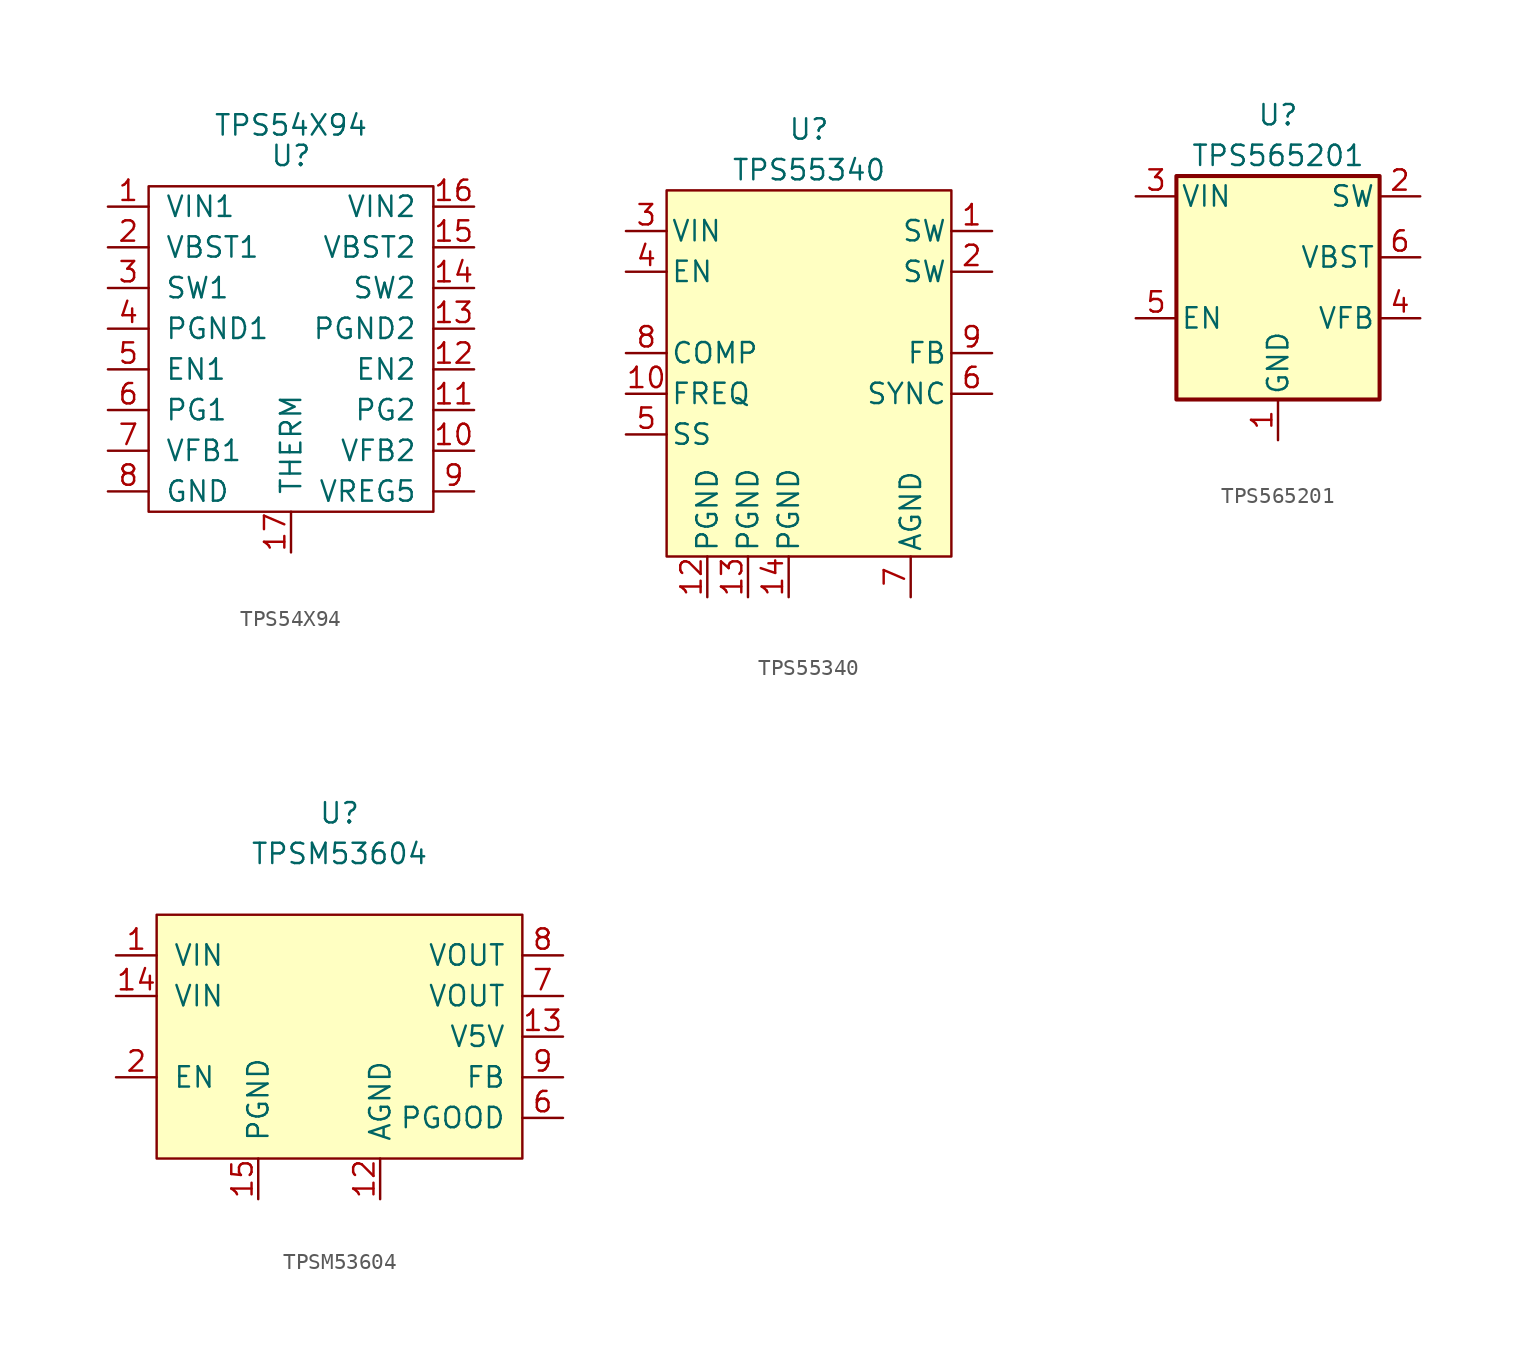
<source format=kicad_sym>
(kicad_symbol_lib
  (version 20211014)
  (generator kicad_symbol_editor)
  (symbol "TPS54X94"
    (pin_names
      (offset 1.016))
    (property "Reference" "U"
      (at 0 12.065 0)
      (effects (font (size 1.27 1.27))))
    (property "Value" "TPS54X94"
      (at 0 13.97 0)
      (effects (font (size 1.27 1.27))))
    (symbol "TPS54X94_0_1"
      (rectangle (start -8.89 10.16) (end 8.89 -10.16) (stroke (width 0) (type default) (color 0 0 0 0)) (fill (type none))))
    (symbol "TPS54X94_1_1"
      (pin power_out line (at -11.43 8.89 0) (length 2.54) (name "VIN1" (effects (font (size 1.27 1.27)))) (number "1" (effects (font (size 1.27 1.27)))))
      (pin input line (at 11.43 -6.35 180) (length 2.54) (name "VFB2" (effects (font (size 1.27 1.27)))) (number "10" (effects (font (size 1.27 1.27)))))
      (pin output line (at 11.43 -3.81 180) (length 2.54) (name "PG2" (effects (font (size 1.27 1.27)))) (number "11" (effects (font (size 1.27 1.27)))))
      (pin input line (at 11.43 -1.27 180) (length 2.54) (name "EN2" (effects (font (size 1.27 1.27)))) (number "12" (effects (font (size 1.27 1.27)))))
      (pin power_in line (at 11.43 1.27 180) (length 2.54) (name "PGND2" (effects (font (size 1.27 1.27)))) (number "13" (effects (font (size 1.27 1.27)))))
      (pin power_out line (at 11.43 3.81 180) (length 2.54) (name "SW2" (effects (font (size 1.27 1.27)))) (number "14" (effects (font (size 1.27 1.27)))))
      (pin input line (at 11.43 6.35 180) (length 2.54) (name "VBST2" (effects (font (size 1.27 1.27)))) (number "15" (effects (font (size 1.27 1.27)))))
      (pin power_out line (at 11.43 8.89 180) (length 2.54) (name "VIN2" (effects (font (size 1.27 1.27)))) (number "16" (effects (font (size 1.27 1.27)))))
      (pin passive line (at 0 -12.7 90) (length 2.54) (name "THERM" (effects (font (size 1.27 1.27)))) (number "17" (effects (font (size 1.27 1.27)))))
      (pin input line (at -11.43 6.35 0) (length 2.54) (name "VBST1" (effects (font (size 1.27 1.27)))) (number "2" (effects (font (size 1.27 1.27)))))
      (pin power_out line (at -11.43 3.81 0) (length 2.54) (name "SW1" (effects (font (size 1.27 1.27)))) (number "3" (effects (font (size 1.27 1.27)))))
      (pin power_in line (at -11.43 1.27 0) (length 2.54) (name "PGND1" (effects (font (size 1.27 1.27)))) (number "4" (effects (font (size 1.27 1.27)))))
      (pin input line (at -11.43 -1.27 0) (length 2.54) (name "EN1" (effects (font (size 1.27 1.27)))) (number "5" (effects (font (size 1.27 1.27)))))
      (pin output line (at -11.43 -3.81 0) (length 2.54) (name "PG1" (effects (font (size 1.27 1.27)))) (number "6" (effects (font (size 1.27 1.27)))))
      (pin input line (at -11.43 -6.35 0) (length 2.54) (name "VFB1" (effects (font (size 1.27 1.27)))) (number "7" (effects (font (size 1.27 1.27)))))
      (pin power_in line (at -11.43 -8.89 0) (length 2.54) (name "GND" (effects (font (size 1.27 1.27)))) (number "8" (effects (font (size 1.27 1.27)))))
      (pin input line (at 11.43 -8.89 180) (length 2.54) (name "VREG5" (effects (font (size 1.27 1.27)))) (number "9" (effects (font (size 1.27 1.27)))))))
  (symbol "TPS55340"
    (pin_names
      (offset 0.254))
    (property "Reference" "U"
      (at 0 15.24 0)
      (effects (font (size 1.27 1.27))))
    (property "Value" "TPS55340"
      (at 0 12.7 0)
      (effects (font (size 1.27 1.27))))
    (symbol "TPS55340_0_1"
      (rectangle (start -8.89 11.43) (end 8.89 -11.43) (stroke (width 0) (type default) (color 0 0 0 0)) (fill (type background))))
    (symbol "TPS55340_1_1"
      (pin passive line (at 11.43 8.89 180) (length 2.54) (name "SW" (effects (font (size 1.27 1.27)))) (number "1" (effects (font (size 1.27 1.27)))))
      (pin input line (at -11.43 -1.27 0) (length 2.54) (name "FREQ" (effects (font (size 1.27 1.27)))) (number "10" (effects (font (size 1.27 1.27)))))
      (pin input line (at -6.35 -13.97 90) (length 2.54) hide (name "NC" (effects (font (size 1.27 1.27)))) (number "11" (effects (font (size 1.27 1.27)))))
      (pin power_in line (at -6.35 -13.97 90) (length 2.54) (name "PGND" (effects (font (size 1.27 1.27)))) (number "12" (effects (font (size 1.27 1.27)))))
      (pin power_in line (at -3.81 -13.97 90) (length 2.54) (name "PGND" (effects (font (size 1.27 1.27)))) (number "13" (effects (font (size 1.27 1.27)))))
      (pin power_in line (at -1.27 -13.97 90) (length 2.54) (name "PGND" (effects (font (size 1.27 1.27)))) (number "14" (effects (font (size 1.27 1.27)))))
      (pin input line (at 11.43 6.35 180) (length 2.54) (name "SW" (effects (font (size 1.27 1.27)))) (number "2" (effects (font (size 1.27 1.27)))))
      (pin power_in line (at -11.43 8.89 0) (length 2.54) (name "VIN" (effects (font (size 1.27 1.27)))) (number "3" (effects (font (size 1.27 1.27)))))
      (pin input line (at -11.43 6.35 0) (length 2.54) (name "EN" (effects (font (size 1.27 1.27)))) (number "4" (effects (font (size 1.27 1.27)))))
      (pin input line (at -11.43 -3.81 0) (length 2.54) (name "SS" (effects (font (size 1.27 1.27)))) (number "5" (effects (font (size 1.27 1.27)))))
      (pin input line (at 11.43 -1.27 180) (length 2.54) (name "SYNC" (effects (font (size 1.27 1.27)))) (number "6" (effects (font (size 1.27 1.27)))))
      (pin input line (at 6.35 -13.97 90) (length 2.54) (name "AGND" (effects (font (size 1.27 1.27)))) (number "7" (effects (font (size 1.27 1.27)))))
      (pin output line (at -11.43 1.27 0) (length 2.54) (name "COMP" (effects (font (size 1.27 1.27)))) (number "8" (effects (font (size 1.27 1.27)))))
      (pin input line (at 11.43 1.27 180) (length 2.54) (name "FB" (effects (font (size 1.27 1.27)))) (number "9" (effects (font (size 1.27 1.27)))))))
  (symbol "TPS565201"
    (pin_names
      (offset 0.254))
    (property "Reference" "U"
      (at 0 10.16 0)
      (effects (font (size 1.27 1.27))))
    (property "Value" "TPS565201"
      (at 0 7.62 0)
      (effects (font (size 1.27 1.27))))
    (symbol "TPS565201_0_1"
      (rectangle (start -6.35 6.35) (end 6.35 -7.62) (stroke (width 0.254) (type default) (color 0 0 0 0)) (fill (type background))))
    (symbol "TPS565201_1_1"
      (pin power_in line (at 0 -10.16 90) (length 2.54) (name "GND" (effects (font (size 1.27 1.27)))) (number "1" (effects (font (size 1.27 1.27)))))
      (pin power_out line (at 8.89 5.08 180) (length 2.54) (name "SW" (effects (font (size 1.27 1.27)))) (number "2" (effects (font (size 1.27 1.27)))))
      (pin power_in line (at -8.89 5.08 0) (length 2.54) (name "VIN" (effects (font (size 1.27 1.27)))) (number "3" (effects (font (size 1.27 1.27)))))
      (pin input line (at 8.89 -2.54 180) (length 2.54) (name "VFB" (effects (font (size 1.27 1.27)))) (number "4" (effects (font (size 1.27 1.27)))))
      (pin input line (at -8.89 -2.54 0) (length 2.54) (name "EN" (effects (font (size 1.27 1.27)))) (number "5" (effects (font (size 1.27 1.27)))))
      (pin input line (at 8.89 1.27 180) (length 2.54) (name "VBST" (effects (font (size 1.27 1.27)))) (number "6" (effects (font (size 1.27 1.27)))))))
  (symbol "TPSM53604"
    (pin_names
      (offset 1.016))
    (property "Reference" "U"
      (at 0 13.97 0)
      (effects (font (size 1.27 1.27))))
    (property "Value" "TPSM53604"
      (at 0 11.43 0)
      (effects (font (size 1.27 1.27))))
    (symbol "TPSM53604_0_1"
      (rectangle (start -11.43 7.62) (end 11.43 -7.62) (stroke (width 0) (type default) (color 0 0 0 0)) (fill (type background))))
    (symbol "TPSM53604_1_1"
      (pin power_in line (at -13.97 5.08 0) (length 2.54) (name "VIN" (effects (font (size 1.27 1.27)))) (number "1" (effects (font (size 1.27 1.27)))))
      (pin input line (at -5.08 -10.16 90) (length 2.54) hide (name "NC" (effects (font (size 1.27 1.27)))) (number "10" (effects (font (size 1.27 1.27)))))
      (pin input line (at -5.08 -10.16 90) (length 2.54) hide (name "NC" (effects (font (size 1.27 1.27)))) (number "11" (effects (font (size 1.27 1.27)))))
      (pin input line (at 2.54 -10.16 90) (length 2.54) (name "AGND" (effects (font (size 1.27 1.27)))) (number "12" (effects (font (size 1.27 1.27)))))
      (pin power_out line (at 13.97 0 180) (length 2.54) (name "V5V" (effects (font (size 1.27 1.27)))) (number "13" (effects (font (size 1.27 1.27)))))
      (pin power_in line (at -13.97 2.54 0) (length 2.54) (name "VIN" (effects (font (size 1.27 1.27)))) (number "14" (effects (font (size 1.27 1.27)))))
      (pin power_in line (at -5.08 -10.16 90) (length 2.54) (name "PGND" (effects (font (size 1.27 1.27)))) (number "15" (effects (font (size 1.27 1.27)))))
      (pin input line (at -13.97 -2.54 0) (length 2.54) (name "EN" (effects (font (size 1.27 1.27)))) (number "2" (effects (font (size 1.27 1.27)))))
      (pin input line (at -5.08 -10.16 90) (length 2.54) hide (name "NC" (effects (font (size 1.27 1.27)))) (number "3" (effects (font (size 1.27 1.27)))))
      (pin no_connect line (at 1.27 0 0) (length 2.54) hide (name "DNC" (effects (font (size 1.27 1.27)))) (number "4" (effects (font (size 1.27 1.27)))))
      (pin no_connect line (at 1.27 2.54 0) (length 2.54) hide (name "DNC" (effects (font (size 1.27 1.27)))) (number "5" (effects (font (size 1.27 1.27)))))
      (pin output line (at 13.97 -5.08 180) (length 2.54) (name "PGOOD" (effects (font (size 1.27 1.27)))) (number "6" (effects (font (size 1.27 1.27)))))
      (pin power_out line (at 13.97 2.54 180) (length 2.54) (name "VOUT" (effects (font (size 1.27 1.27)))) (number "7" (effects (font (size 1.27 1.27)))))
      (pin passive line (at 13.97 5.08 180) (length 2.54) (name "VOUT" (effects (font (size 1.27 1.27)))) (number "8" (effects (font (size 1.27 1.27)))))
      (pin input line (at 13.97 -2.54 180) (length 2.54) (name "FB" (effects (font (size 1.27 1.27)))) (number "9" (effects (font (size 1.27 1.27))))))))
</source>
